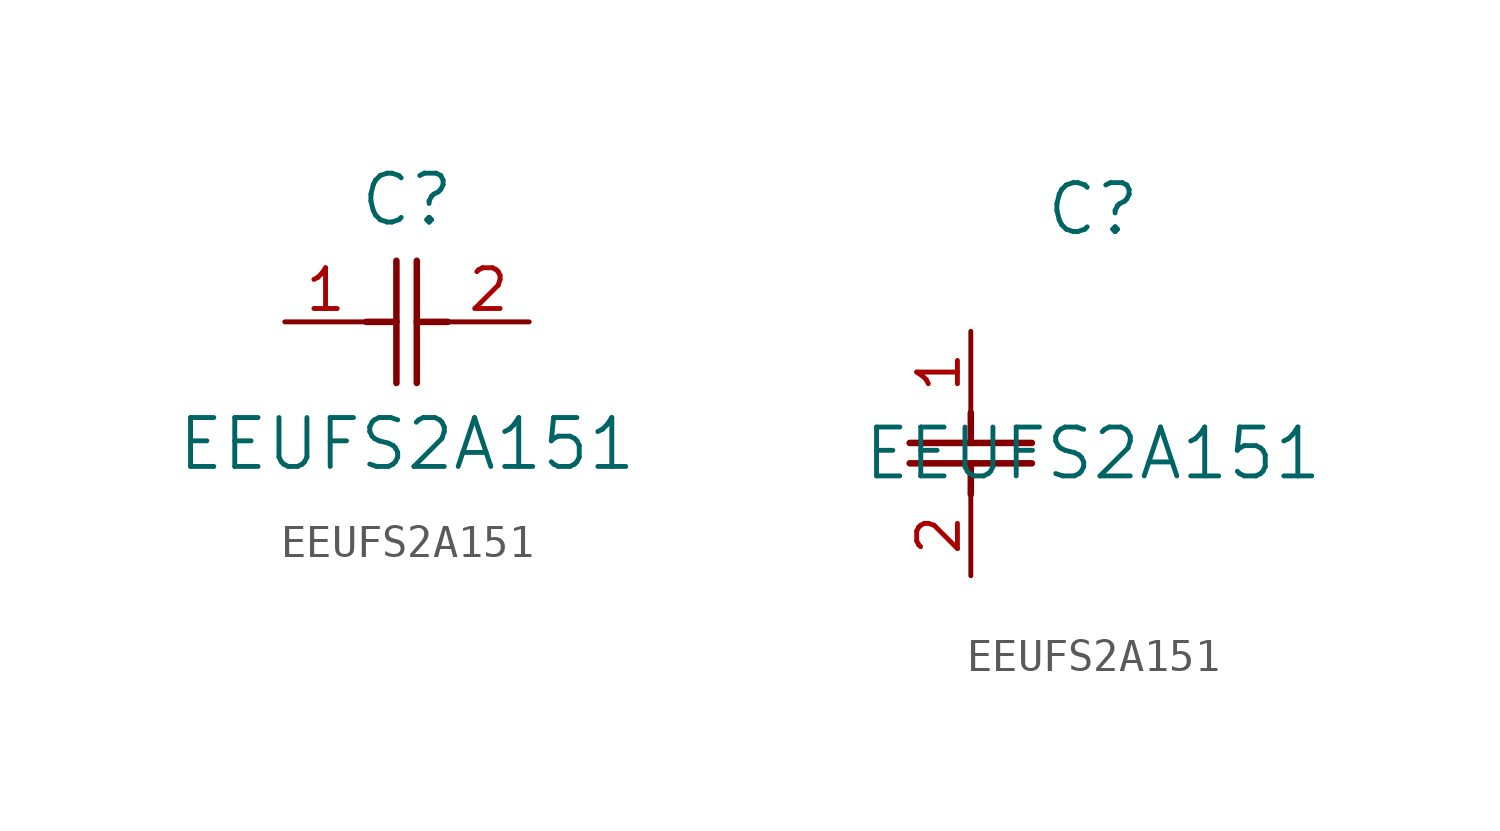
<source format=kicad_sym>
(kicad_symbol_lib
  (version 20211014)
  (generator kicad_symbol_editor)
  (symbol "EEUFS2A151"
    (pin_names
      (offset 0.254))
    (property "Reference" "C"
      (at 3.81 3.81 0)
      (effects (font (size 1.524 1.524))))
    (property "Value" "EEUFS2A151"
      (at 3.81 -3.81 0)
      (effects (font (size 1.524 1.524))))
    (symbol "EEUFS2A151_1_1"
      (polyline (pts (xy 3.48 -1.905) (xy 3.48 1.905)) (stroke (width 0.203) (type default) (color 0 0 0 0)) (fill (type none)))
      (polyline (pts (xy 4.115 -1.905) (xy 4.115 1.905)) (stroke (width 0.203) (type default) (color 0 0 0 0)) (fill (type none)))
      (polyline (pts (xy 4.115 0) (xy 5.08 0)) (stroke (width 0.203) (type default) (color 0 0 0 0)) (fill (type none)))
      (polyline (pts (xy 2.54 0) (xy 3.48 0)) (stroke (width 0.203) (type default) (color 0 0 0 0)) (fill (type none)))
      (pin unspecified line (at 0 0 0) (length 2.54) (name "" (effects (font (size 1.27 1.27)))) (number "1" (effects (font (size 1.27 1.27)))))
      (pin unspecified line (at 7.62 0 180) (length 2.54) (name "" (effects (font (size 1.27 1.27)))) (number "2" (effects (font (size 1.27 1.27))))))
    (symbol "EEUFS2A151_1_2"
      (polyline (pts (xy -1.905 -3.48) (xy 1.905 -3.48)) (stroke (width 0.203) (type default) (color 0 0 0 0)) (fill (type none)))
      (polyline (pts (xy -1.905 -4.115) (xy 1.905 -4.115)) (stroke (width 0.203) (type default) (color 0 0 0 0)) (fill (type none)))
      (polyline (pts (xy 0 -4.115) (xy 0 -5.08)) (stroke (width 0.203) (type default) (color 0 0 0 0)) (fill (type none)))
      (polyline (pts (xy 0 -2.54) (xy 0 -3.48)) (stroke (width 0.203) (type default) (color 0 0 0 0)) (fill (type none)))
      (pin unspecified line (at 0 0 270) (length 2.54) (name "" (effects (font (size 1.27 1.27)))) (number "1" (effects (font (size 1.27 1.27)))))
      (pin unspecified line (at 0 -7.62 90) (length 2.54) (name "" (effects (font (size 1.27 1.27)))) (number "2" (effects (font (size 1.27 1.27))))))))
</source>
